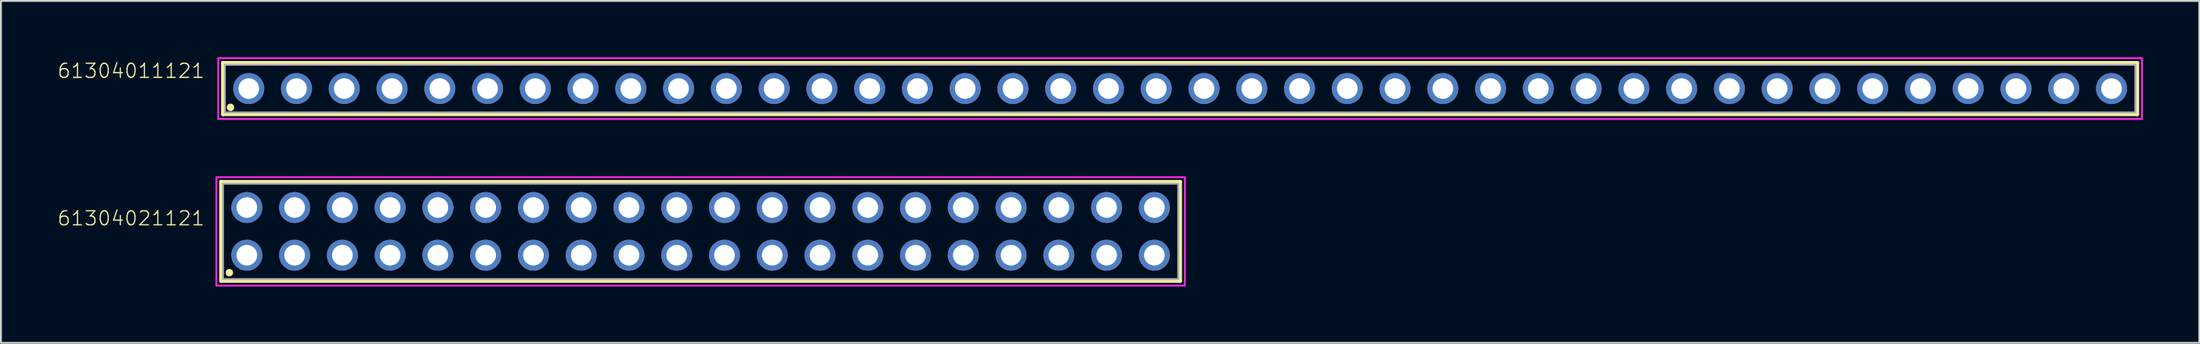
<source format=kicad_pcb>
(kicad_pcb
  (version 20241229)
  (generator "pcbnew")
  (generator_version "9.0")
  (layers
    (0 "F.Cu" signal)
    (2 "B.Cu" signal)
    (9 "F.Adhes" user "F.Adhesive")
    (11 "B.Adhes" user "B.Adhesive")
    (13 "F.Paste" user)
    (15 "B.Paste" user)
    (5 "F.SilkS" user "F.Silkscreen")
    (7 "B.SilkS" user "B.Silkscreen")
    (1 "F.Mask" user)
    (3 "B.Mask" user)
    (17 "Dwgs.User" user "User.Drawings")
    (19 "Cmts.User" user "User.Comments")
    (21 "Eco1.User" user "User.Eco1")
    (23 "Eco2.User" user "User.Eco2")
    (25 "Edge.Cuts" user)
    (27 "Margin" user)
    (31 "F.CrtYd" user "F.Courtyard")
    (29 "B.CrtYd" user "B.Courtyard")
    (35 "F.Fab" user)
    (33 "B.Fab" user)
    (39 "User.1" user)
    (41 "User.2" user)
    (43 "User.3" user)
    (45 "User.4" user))
  (footprint "61304011121"
    (layer "F.Cu")
    (at 59.707 1.67)
    (property "Reference" "61304011121" (at -51.828 -0.506 0) (unlocked yes) (layer "F.SilkS") (effects (font (size 0.748 0.748) (thickness 0.065)) (justify right bottom)))
    (fp_line (start -50.9 -1.37) (end 50.9 -1.37) (stroke (width 0.2) (type solid)) (layer "F.SilkS"))
    (fp_line (start -50.9 1.37) (end -50.9 -1.37) (stroke (width 0.2) (type solid)) (layer "F.SilkS"))
    (fp_line (start 50.9 -1.37) (end 50.9 1.37) (stroke (width 0.2) (type solid)) (layer "F.SilkS"))
    (fp_line (start 50.9 1.37) (end -50.9 1.37) (stroke (width 0.2) (type solid)) (layer "F.SilkS"))
    (fp_circle (center -50.5 1) (end -50.4 1) (stroke (width 0.2) (type solid)) (fill no) (layer "F.SilkS"))
    (fp_poly (pts (xy 51.15 1.62) (xy -51.15 1.62) (xy -51.15 -1.62) (xy 51.15 -1.62)) (stroke (width 0.1) (type default)) (fill no) (layer "F.CrtYd"))
    (fp_line (start -50.8 -1.27) (end -50.8 1.27) (stroke (width 0.1) (type solid)) (layer "F.Fab"))
    (fp_line (start -50.8 1.27) (end 50.8 1.27) (stroke (width 0.1) (type solid)) (layer "F.Fab"))
    (fp_line (start 50.8 -1.27) (end -50.8 -1.27) (stroke (width 0.1) (type solid)) (layer "F.Fab"))
    (fp_line (start 50.8 1.27) (end 50.8 -1.27) (stroke (width 0.1) (type solid)) (layer "F.Fab"))
    (pad "1" thru_hole circle (at -49.53 0) (size 1.65 1.65) (drill 1.1) (layers "*.Cu" "*.Mask"))
    (pad "2" thru_hole circle (at -46.99 0) (size 1.65 1.65) (drill 1.1) (layers "*.Cu" "*.Mask"))
    (pad "3" thru_hole circle (at -44.45 0) (size 1.65 1.65) (drill 1.1) (layers "*.Cu" "*.Mask"))
    (pad "4" thru_hole circle (at -41.91 0) (size 1.65 1.65) (drill 1.1) (layers "*.Cu" "*.Mask"))
    (pad "5" thru_hole circle (at -39.37 0) (size 1.65 1.65) (drill 1.1) (layers "*.Cu" "*.Mask"))
    (pad "6" thru_hole circle (at -36.83 0) (size 1.65 1.65) (drill 1.1) (layers "*.Cu" "*.Mask"))
    (pad "7" thru_hole circle (at -34.29 0) (size 1.65 1.65) (drill 1.1) (layers "*.Cu" "*.Mask"))
    (pad "8" thru_hole circle (at -31.75 0) (size 1.65 1.65) (drill 1.1) (layers "*.Cu" "*.Mask"))
    (pad "9" thru_hole circle (at -29.21 0) (size 1.65 1.65) (drill 1.1) (layers "*.Cu" "*.Mask"))
    (pad "10" thru_hole circle (at -26.67 0) (size 1.65 1.65) (drill 1.1) (layers "*.Cu" "*.Mask"))
    (pad "11" thru_hole circle (at -24.13 0) (size 1.65 1.65) (drill 1.1) (layers "*.Cu" "*.Mask"))
    (pad "12" thru_hole circle (at -21.59 0) (size 1.65 1.65) (drill 1.1) (layers "*.Cu" "*.Mask"))
    (pad "13" thru_hole circle (at -19.05 0) (size 1.65 1.65) (drill 1.1) (layers "*.Cu" "*.Mask"))
    (pad "14" thru_hole circle (at -16.51 0) (size 1.65 1.65) (drill 1.1) (layers "*.Cu" "*.Mask"))
    (pad "15" thru_hole circle (at -13.97 0) (size 1.65 1.65) (drill 1.1) (layers "*.Cu" "*.Mask"))
    (pad "16" thru_hole circle (at -11.43 0) (size 1.65 1.65) (drill 1.1) (layers "*.Cu" "*.Mask"))
    (pad "17" thru_hole circle (at -8.89 0) (size 1.65 1.65) (drill 1.1) (layers "*.Cu" "*.Mask"))
    (pad "18" thru_hole circle (at -6.35 0) (size 1.65 1.65) (drill 1.1) (layers "*.Cu" "*.Mask"))
    (pad "19" thru_hole circle (at -3.81 0) (size 1.65 1.65) (drill 1.1) (layers "*.Cu" "*.Mask"))
    (pad "20" thru_hole circle (at -1.27 0) (size 1.65 1.65) (drill 1.1) (layers "*.Cu" "*.Mask"))
    (pad "21" thru_hole circle (at 1.27 0) (size 1.65 1.65) (drill 1.1) (layers "*.Cu" "*.Mask"))
    (pad "22" thru_hole circle (at 3.81 0) (size 1.65 1.65) (drill 1.1) (layers "*.Cu" "*.Mask"))
    (pad "23" thru_hole circle (at 6.35 0) (size 1.65 1.65) (drill 1.1) (layers "*.Cu" "*.Mask"))
    (pad "24" thru_hole circle (at 8.89 0) (size 1.65 1.65) (drill 1.1) (layers "*.Cu" "*.Mask"))
    (pad "25" thru_hole circle (at 11.43 0) (size 1.65 1.65) (drill 1.1) (layers "*.Cu" "*.Mask"))
    (pad "26" thru_hole circle (at 13.97 0) (size 1.65 1.65) (drill 1.1) (layers "*.Cu" "*.Mask"))
    (pad "27" thru_hole circle (at 16.51 0) (size 1.65 1.65) (drill 1.1) (layers "*.Cu" "*.Mask"))
    (pad "28" thru_hole circle (at 19.05 0) (size 1.65 1.65) (drill 1.1) (layers "*.Cu" "*.Mask"))
    (pad "29" thru_hole circle (at 21.59 0) (size 1.65 1.65) (drill 1.1) (layers "*.Cu" "*.Mask"))
    (pad "30" thru_hole circle (at 24.13 0) (size 1.65 1.65) (drill 1.1) (layers "*.Cu" "*.Mask"))
    (pad "31" thru_hole circle (at 26.67 0) (size 1.65 1.65) (drill 1.1) (layers "*.Cu" "*.Mask"))
    (pad "32" thru_hole circle (at 29.21 0) (size 1.65 1.65) (drill 1.1) (layers "*.Cu" "*.Mask"))
    (pad "33" thru_hole circle (at 31.75 0) (size 1.65 1.65) (drill 1.1) (layers "*.Cu" "*.Mask"))
    (pad "34" thru_hole circle (at 34.29 0) (size 1.65 1.65) (drill 1.1) (layers "*.Cu" "*.Mask"))
    (pad "35" thru_hole circle (at 36.83 0) (size 1.65 1.65) (drill 1.1) (layers "*.Cu" "*.Mask"))
    (pad "36" thru_hole circle (at 39.37 0) (size 1.65 1.65) (drill 1.1) (layers "*.Cu" "*.Mask"))
    (pad "37" thru_hole circle (at 41.91 0) (size 1.65 1.65) (drill 1.1) (layers "*.Cu" "*.Mask"))
    (pad "38" thru_hole circle (at 44.45 0) (size 1.65 1.65) (drill 1.1) (layers "*.Cu" "*.Mask"))
    (pad "39" thru_hole circle (at 46.99 0) (size 1.65 1.65) (drill 1.1) (layers "*.Cu" "*.Mask"))
    (pad "40" thru_hole circle (at 49.53 0) (size 1.65 1.65) (drill 1.1) (layers "*.Cu" "*.Mask")))
  (footprint "61304021121"
    (layer "F.Cu")
    (at 34.207 9.28)
    (property "Reference" "61304021121" (at -26.328 -0.256 0) (unlocked yes) (layer "F.SilkS") (effects (font (size 0.748 0.748) (thickness 0.065)) (justify right bottom)))
    (fp_line (start -25.5 -2.64) (end 25.5 -2.64) (stroke (width 0.2) (type solid)) (layer "F.SilkS"))
    (fp_line (start -25.5 2.64) (end -25.5 -2.64) (stroke (width 0.2) (type solid)) (layer "F.SilkS"))
    (fp_line (start 25.5 -2.64) (end 25.5 2.64) (stroke (width 0.2) (type solid)) (layer "F.SilkS"))
    (fp_line (start 25.5 2.64) (end -25.5 2.64) (stroke (width 0.2) (type solid)) (layer "F.SilkS"))
    (fp_circle (center -25.06 2.2) (end -24.96 2.2) (stroke (width 0.2) (type solid)) (fill no) (layer "F.SilkS"))
    (fp_poly (pts (xy 25.75 2.89) (xy -25.75 2.89) (xy -25.75 -2.89) (xy 25.75 -2.89)) (stroke (width 0.1) (type default)) (fill no) (layer "F.CrtYd"))
    (fp_line (start -25.4 -2.54) (end 25.4 -2.54) (stroke (width 0.1) (type solid)) (layer "F.Fab"))
    (fp_line (start -25.4 2.54) (end -25.4 -2.54) (stroke (width 0.1) (type solid)) (layer "F.Fab"))
    (fp_line (start 25.4 -2.54) (end 25.4 2.54) (stroke (width 0.1) (type solid)) (layer "F.Fab"))
    (fp_line (start 25.4 2.54) (end -25.4 2.54) (stroke (width 0.1) (type solid)) (layer "F.Fab"))
    (pad "1" thru_hole circle (at -24.13 1.27 90) (size 1.65 1.65) (drill 1.1) (layers "*.Cu" "*.Mask"))
    (pad "2" thru_hole circle (at -24.13 -1.27 270) (size 1.65 1.65) (drill 1.1) (layers "*.Cu" "*.Mask"))
    (pad "3" thru_hole circle (at -21.59 1.27 90) (size 1.65 1.65) (drill 1.1) (layers "*.Cu" "*.Mask"))
    (pad "4" thru_hole circle (at -21.59 -1.27 270) (size 1.65 1.65) (drill 1.1) (layers "*.Cu" "*.Mask"))
    (pad "5" thru_hole circle (at -19.05 1.27 90) (size 1.65 1.65) (drill 1.1) (layers "*.Cu" "*.Mask"))
    (pad "6" thru_hole circle (at -19.05 -1.27 270) (size 1.65 1.65) (drill 1.1) (layers "*.Cu" "*.Mask"))
    (pad "7" thru_hole circle (at -16.51 1.27 90) (size 1.65 1.65) (drill 1.1) (layers "*.Cu" "*.Mask"))
    (pad "8" thru_hole circle (at -16.51 -1.27 270) (size 1.65 1.65) (drill 1.1) (layers "*.Cu" "*.Mask"))
    (pad "9" thru_hole circle (at -13.97 1.27 90) (size 1.65 1.65) (drill 1.1) (layers "*.Cu" "*.Mask"))
    (pad "10" thru_hole circle (at -13.97 -1.27 270) (size 1.65 1.65) (drill 1.1) (layers "*.Cu" "*.Mask"))
    (pad "11" thru_hole circle (at -11.43 1.27 90) (size 1.65 1.65) (drill 1.1) (layers "*.Cu" "*.Mask"))
    (pad "12" thru_hole circle (at -11.43 -1.27 270) (size 1.65 1.65) (drill 1.1) (layers "*.Cu" "*.Mask"))
    (pad "13" thru_hole circle (at -8.89 1.27 90) (size 1.65 1.65) (drill 1.1) (layers "*.Cu" "*.Mask"))
    (pad "14" thru_hole circle (at -8.89 -1.27 270) (size 1.65 1.65) (drill 1.1) (layers "*.Cu" "*.Mask"))
    (pad "15" thru_hole circle (at -6.35 1.27 90) (size 1.65 1.65) (drill 1.1) (layers "*.Cu" "*.Mask"))
    (pad "16" thru_hole circle (at -6.35 -1.27 270) (size 1.65 1.65) (drill 1.1) (layers "*.Cu" "*.Mask"))
    (pad "17" thru_hole circle (at -3.81 1.27 90) (size 1.65 1.65) (drill 1.1) (layers "*.Cu" "*.Mask"))
    (pad "18" thru_hole circle (at -3.81 -1.27 270) (size 1.65 1.65) (drill 1.1) (layers "*.Cu" "*.Mask"))
    (pad "19" thru_hole circle (at -1.27 1.27 90) (size 1.65 1.65) (drill 1.1) (layers "*.Cu" "*.Mask"))
    (pad "20" thru_hole circle (at -1.27 -1.27 270) (size 1.65 1.65) (drill 1.1) (layers "*.Cu" "*.Mask"))
    (pad "21" thru_hole circle (at 1.27 1.27 90) (size 1.65 1.65) (drill 1.1) (layers "*.Cu" "*.Mask"))
    (pad "22" thru_hole circle (at 1.27 -1.27 270) (size 1.65 1.65) (drill 1.1) (layers "*.Cu" "*.Mask"))
    (pad "23" thru_hole circle (at 3.81 1.27 90) (size 1.65 1.65) (drill 1.1) (layers "*.Cu" "*.Mask"))
    (pad "24" thru_hole circle (at 3.81 -1.27 270) (size 1.65 1.65) (drill 1.1) (layers "*.Cu" "*.Mask"))
    (pad "25" thru_hole circle (at 6.35 1.27 90) (size 1.65 1.65) (drill 1.1) (layers "*.Cu" "*.Mask"))
    (pad "26" thru_hole circle (at 6.35 -1.27 270) (size 1.65 1.65) (drill 1.1) (layers "*.Cu" "*.Mask"))
    (pad "27" thru_hole circle (at 8.89 1.27 90) (size 1.65 1.65) (drill 1.1) (layers "*.Cu" "*.Mask"))
    (pad "28" thru_hole circle (at 8.89 -1.27 270) (size 1.65 1.65) (drill 1.1) (layers "*.Cu" "*.Mask"))
    (pad "29" thru_hole circle (at 11.43 1.27 90) (size 1.65 1.65) (drill 1.1) (layers "*.Cu" "*.Mask"))
    (pad "30" thru_hole circle (at 11.43 -1.27 270) (size 1.65 1.65) (drill 1.1) (layers "*.Cu" "*.Mask"))
    (pad "31" thru_hole circle (at 13.97 1.27 90) (size 1.65 1.65) (drill 1.1) (layers "*.Cu" "*.Mask"))
    (pad "32" thru_hole circle (at 13.97 -1.27 270) (size 1.65 1.65) (drill 1.1) (layers "*.Cu" "*.Mask"))
    (pad "33" thru_hole circle (at 16.51 1.27 90) (size 1.65 1.65) (drill 1.1) (layers "*.Cu" "*.Mask"))
    (pad "34" thru_hole circle (at 16.51 -1.27 270) (size 1.65 1.65) (drill 1.1) (layers "*.Cu" "*.Mask"))
    (pad "35" thru_hole circle (at 19.05 1.27 90) (size 1.65 1.65) (drill 1.1) (layers "*.Cu" "*.Mask"))
    (pad "36" thru_hole circle (at 19.05 -1.27 270) (size 1.65 1.65) (drill 1.1) (layers "*.Cu" "*.Mask"))
    (pad "37" thru_hole circle (at 21.59 1.27 90) (size 1.65 1.65) (drill 1.1) (layers "*.Cu" "*.Mask"))
    (pad "38" thru_hole circle (at 21.59 -1.27 270) (size 1.65 1.65) (drill 1.1) (layers "*.Cu" "*.Mask"))
    (pad "39" thru_hole circle (at 24.13 1.27 90) (size 1.65 1.65) (drill 1.1) (layers "*.Cu" "*.Mask"))
    (pad "40" thru_hole circle (at 24.13 -1.27 270) (size 1.65 1.65) (drill 1.1) (layers "*.Cu" "*.Mask")))
  (gr_rect
    (start -3 -3)
    (end 113.907 15.22)
    (stroke (width 0.1) (type default))
    (fill no)
    (layer "Edge.Cuts")))
</source>
